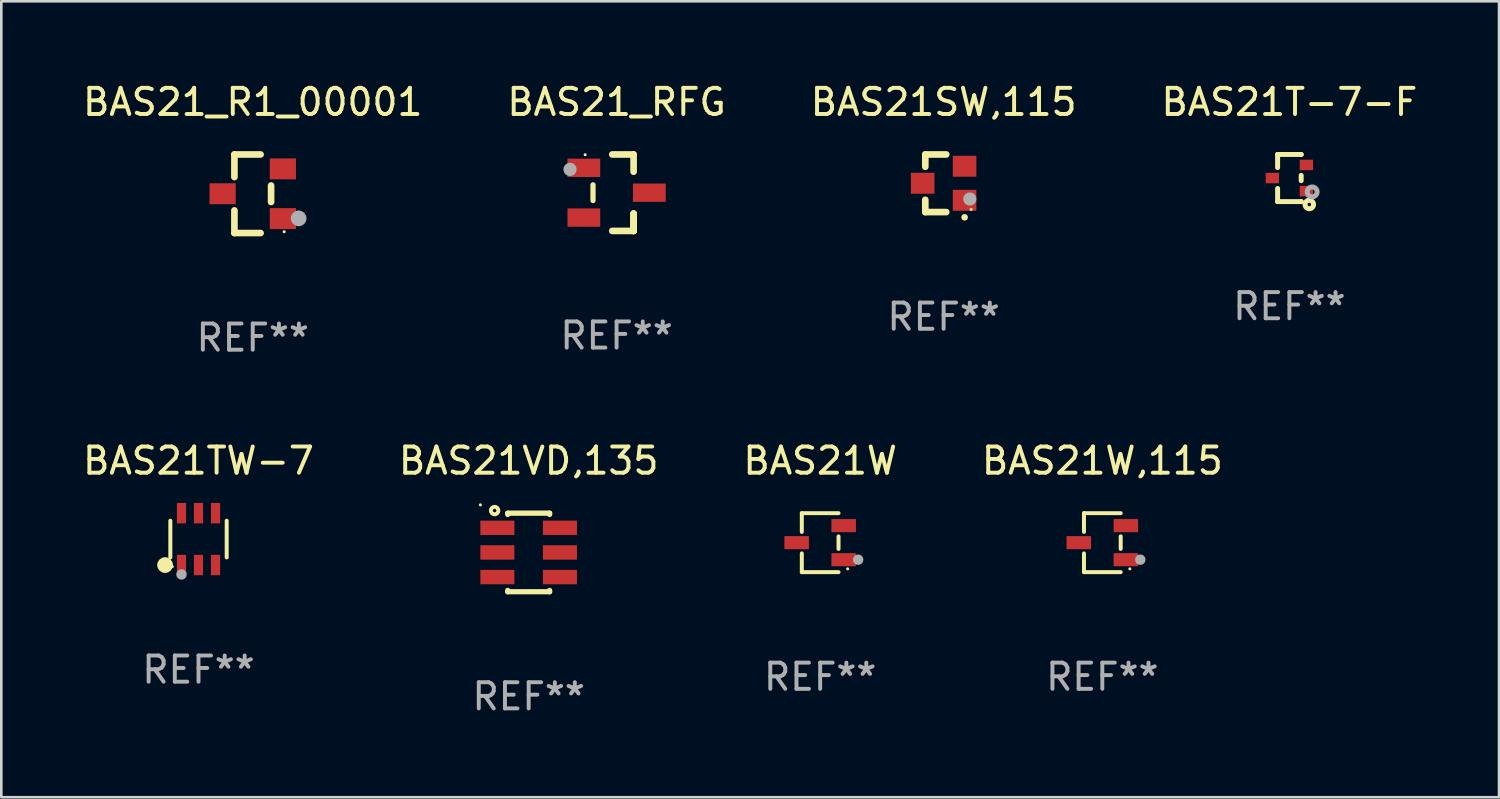
<source format=kicad_pcb>
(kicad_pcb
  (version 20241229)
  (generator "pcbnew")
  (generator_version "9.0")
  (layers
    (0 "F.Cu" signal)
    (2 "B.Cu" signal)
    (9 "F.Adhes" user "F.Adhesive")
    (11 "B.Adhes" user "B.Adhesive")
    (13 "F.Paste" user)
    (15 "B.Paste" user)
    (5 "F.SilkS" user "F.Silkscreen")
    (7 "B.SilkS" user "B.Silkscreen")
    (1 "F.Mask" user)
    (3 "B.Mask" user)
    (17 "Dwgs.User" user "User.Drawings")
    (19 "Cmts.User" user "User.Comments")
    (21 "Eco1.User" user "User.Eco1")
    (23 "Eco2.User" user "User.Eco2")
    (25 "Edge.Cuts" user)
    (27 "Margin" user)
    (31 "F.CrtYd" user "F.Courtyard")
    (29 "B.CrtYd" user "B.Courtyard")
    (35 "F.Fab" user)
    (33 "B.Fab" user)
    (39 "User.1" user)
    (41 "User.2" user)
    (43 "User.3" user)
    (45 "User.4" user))
  (footprint "BAS21SW,115"
    (layer "F.Cu")
    (at 32.982 3.948)
    (property "Reference" "BAS21SW,115" (at 0 -3.1 0) (layer "F.SilkS") (effects (font (size 1 1) (thickness 0.15))))
    (attr through_hole)
    (fp_line (start -0.7 -1.1) (end 0.1 -1.1) (stroke (width 0.254) (type solid)) (layer "F.SilkS"))
    (fp_line (start -0.7 -0.631) (end -0.7 -1.1) (stroke (width 0.254) (type solid)) (layer "F.SilkS"))
    (fp_line (start -0.7 1.1) (end -0.7 0.631) (stroke (width 0.254) (type solid)) (layer "F.SilkS"))
    (fp_line (start -0.7 1.1) (end 0.1 1.1) (stroke (width 0.254) (type solid)) (layer "F.SilkS"))
    (fp_arc (start 0.8 1.3) (mid 0.80127 1.299994) (end 0.80254 1.3) (stroke (width 0.24892) (type solid)) (layer "F.SilkS"))
    (fp_circle (center 1.05 1) (end 1.08 1) (stroke (width 0.06) (type solid)) (fill no) (layer "F.SilkS"))
    (fp_circle (center 1 0.6) (end 1.127 0.6) (stroke (width 0.254) (type solid)) (fill no) (layer "F.Fab"))
    (fp_text user "REF**" (at 0 5.1 0) (layer "F.Fab") (effects (font (size 1 1) (thickness 0.15))))
    (pad "1" smd rect (at 0.8 0.65 90) (size 0.8 0.9) (layers "F.Cu" "F.Mask" "F.Paste"))
    (pad "2" smd rect (at 0.8 -0.65 90) (size 0.8 0.9) (layers "F.Cu" "F.Mask" "F.Paste"))
    (pad "3" smd rect (at -0.8 0 90) (size 0.8 0.9) (layers "F.Cu" "F.Mask" "F.Paste")))
  (footprint "BAS21_R1_00001"
    (layer "F.Cu")
    (at 6.601 4.348)
    (property "Reference" "BAS21_R1_00001" (at 0 -3.5 0) (layer "F.SilkS") (effects (font (size 1 1) (thickness 0.15))))
    (attr through_hole)
    (fp_line (start -0.7 -1.5) (end 0.3 -1.5) (stroke (width 0.254) (type solid)) (layer "F.SilkS"))
    (fp_line (start -0.7 -0.636) (end -0.7 -1.5) (stroke (width 0.254) (type solid)) (layer "F.SilkS"))
    (fp_line (start -0.7 1.5) (end -0.7 0.636) (stroke (width 0.254) (type solid)) (layer "F.SilkS"))
    (fp_line (start -0.7 1.5) (end 0.3 1.5) (stroke (width 0.254) (type solid)) (layer "F.SilkS"))
    (fp_line (start 0.7 0.314) (end 0.7 -0.314) (stroke (width 0.254) (type solid)) (layer "F.SilkS"))
    (fp_circle (center 1.2 1.45) (end 1.23 1.45) (stroke (width 0.06) (type solid)) (fill no) (layer "F.SilkS"))
    (fp_circle (center 1.753 0.94) (end 1.903 0.94) (stroke (width 0.3) (type solid)) (fill no) (layer "F.Fab"))
    (fp_text user "REF**" (at 0 5.5 0) (layer "F.Fab") (effects (font (size 1 1) (thickness 0.15))))
    (pad "1" smd rect (at 1.15 0.95 180) (size 1 0.8) (layers "F.Cu" "F.Mask" "F.Paste"))
    (pad "2" smd rect (at 1.15 -0.95 180) (size 1 0.8) (layers "F.Cu" "F.Mask" "F.Paste"))
    (pad "3" smd rect (at -1.15 -0.000051 180) (size 1 0.8) (layers "F.Cu" "F.Mask" "F.Paste")))
  (footprint "BAS21W,115"
    (layer "F.Cu")
    (at 39.042 17.671)
    (property "Reference" "BAS21W,115" (at 0 -3.126 0) (layer "F.SilkS") (effects (font (size 1 1) (thickness 0.15))))
    (attr through_hole)
    (fp_line (start -0.701 -1.126) (end -0.701 -0.411) (stroke (width 0.152) (type solid)) (layer "F.SilkS"))
    (fp_line (start -0.701 1.126) (end -0.701 0.411) (stroke (width 0.152) (type solid)) (layer "F.SilkS"))
    (fp_line (start 0.701 -1.126) (end -0.701 -1.126) (stroke (width 0.152) (type solid)) (layer "F.SilkS"))
    (fp_line (start 0.701 -0.239) (end 0.701 0.239) (stroke (width 0.152) (type solid)) (layer "F.SilkS"))
    (fp_line (start 0.701 1.126) (end -0.701 1.126) (stroke (width 0.152) (type solid)) (layer "F.SilkS"))
    (fp_circle (center 1.05 1) (end 1.08 1) (stroke (width 0.06) (type solid)) (fill no) (layer "F.SilkS"))
    (fp_circle (center 1.45 0.65) (end 1.55 0.65) (stroke (width 0.2) (type solid)) (fill no) (layer "F.Fab"))
    (fp_text user "REF**" (at 0 5.126 0) (layer "F.Fab") (effects (font (size 1 1) (thickness 0.15))))
    (pad "1" smd rect (at 0.898 0.65) (size 0.936 0.5) (layers "F.Cu" "F.Mask" "F.Paste"))
    (pad "2" smd rect (at 0.898 -0.65) (size 0.936 0.5) (layers "F.Cu" "F.Mask" "F.Paste"))
    (pad "3" smd rect (at -0.898 0) (size 0.936 0.5) (layers "F.Cu" "F.Mask" "F.Paste")))
  (footprint "BAS21TW-7"
    (layer "F.Cu")
    (at 4.53 17.535)
    (property "Reference" "BAS21TW-7" (at 0 -2.99 0) (layer "F.SilkS") (effects (font (size 1 1) (thickness 0.15))))
    (attr through_hole)
    (fp_line (start -1.076 0.701) (end -1.076 -0.701) (stroke (width 0.152) (type solid)) (layer "F.SilkS"))
    (fp_line (start 1.076 0.701) (end 1.076 -0.701) (stroke (width 0.152) (type solid)) (layer "F.SilkS"))
    (fp_circle (center -1.277 0.992) (end -1.127 0.992) (stroke (width 0.3) (type solid)) (fill no) (layer "F.SilkS"))
    (fp_circle (center -1 1.05) (end -0.97 1.05) (stroke (width 0.06) (type solid)) (fill no) (layer "F.SilkS"))
    (fp_circle (center -0.65 1.35) (end -0.55 1.35) (stroke (width 0.2) (type solid)) (fill no) (layer "F.Fab"))
    (fp_text user "REF**" (at 0 4.99 0) (layer "F.Fab") (effects (font (size 1 1) (thickness 0.15))))
    (pad "1" smd rect (at -0.65 0.99) (size 0.35 0.78) (layers "F.Cu" "F.Mask" "F.Paste"))
    (pad "2" smd rect (at 0 0.99) (size 0.35 0.78) (layers "F.Cu" "F.Mask" "F.Paste"))
    (pad "3" smd rect (at 0.65 0.99) (size 0.35 0.78) (layers "F.Cu" "F.Mask" "F.Paste"))
    (pad "4" smd rect (at 0.65 -0.99) (size 0.35 0.78) (layers "F.Cu" "F.Mask" "F.Paste"))
    (pad "5" smd rect (at 0 -0.99) (size 0.35 0.78) (layers "F.Cu" "F.Mask" "F.Paste"))
    (pad "6" smd rect (at -0.65 -0.99) (size 0.35 0.78) (layers "F.Cu" "F.Mask" "F.Paste")))
  (footprint "BAS21_RFG"
    (layer "F.Cu")
    (at 20.494 4.308)
    (property "Reference" "BAS21_RFG" (at 0 -3.46 0) (layer "F.SilkS") (effects (font (size 1 1) (thickness 0.15))))
    (attr through_hole)
    (fp_line (start -0.9 -0.3) (end -0.9 0.3) (stroke (width 0.2) (type solid)) (layer "F.SilkS"))
    (fp_line (start -0.165 -1.46) (end 0.65 -1.46) (stroke (width 0.254) (type solid)) (layer "F.SilkS"))
    (fp_line (start 0.65 -1.46) (end 0.65 -0.8) (stroke (width 0.254) (type solid)) (layer "F.SilkS"))
    (fp_line (start 0.65 0.8) (end 0.65 1.46) (stroke (width 0.254) (type solid)) (layer "F.SilkS"))
    (fp_line (start 0.65 0.8) (end 0.65 1.46) (stroke (width 0.254) (type solid)) (layer "F.SilkS"))
    (fp_line (start 0.65 1.46) (end -0.165 1.46) (stroke (width 0.254) (type solid)) (layer "F.SilkS"))
    (fp_line (start 0.65 1.46) (end 0.65 0.8) (stroke (width 0.254) (type solid)) (layer "F.SilkS"))
    (fp_circle (center -1.2 -1.45) (end -1.17 -1.45) (stroke (width 0.06) (type solid)) (fill no) (layer "F.SilkS"))
    (fp_circle (center -1.778 -0.889) (end -1.651 -0.889) (stroke (width 0.254) (type solid)) (fill no) (layer "F.Fab"))
    (fp_text user "REF**" (at 0 5.46 0) (layer "F.Fab") (effects (font (size 1 1) (thickness 0.15))))
    (pad "1" smd rect (at -1.25 -0.95 90) (size 0.7 1.25) (layers "F.Cu" "F.Mask" "F.Paste"))
    (pad "2" smd rect (at -1.25 0.95 90) (size 0.7 1.25) (layers "F.Cu" "F.Mask" "F.Paste"))
    (pad "3" smd rect (at 1.25 -0.000051 90) (size 0.7 1.25) (layers "F.Cu" "F.Mask" "F.Paste")))
  (footprint "BAS21VD,135"
    (layer "F.Cu")
    (at 17.137 18.045)
    (property "Reference" "BAS21VD,135" (at 0 -3.5 0) (layer "F.SilkS") (effects (font (size 1 1) (thickness 0.15))))
    (attr through_hole)
    (fp_line (start -0.8 -1.5) (end 0.8 -1.5) (stroke (width 0.2) (type solid)) (layer "F.SilkS"))
    (fp_line (start -0.8 -1.45) (end -0.8 -1.5) (stroke (width 0.2) (type solid)) (layer "F.SilkS"))
    (fp_line (start -0.8 1.5) (end -0.8 1.45) (stroke (width 0.2) (type solid)) (layer "F.SilkS"))
    (fp_line (start 0.8 -1.5) (end 0.8 -1.45) (stroke (width 0.2) (type solid)) (layer "F.SilkS"))
    (fp_line (start 0.8 1.45) (end 0.8 1.5) (stroke (width 0.2) (type solid)) (layer "F.SilkS"))
    (fp_line (start 0.8 1.5) (end -0.8 1.5) (stroke (width 0.2) (type solid)) (layer "F.SilkS"))
    (fp_circle (center -1.844 -1.817) (end -1.814 -1.817) (stroke (width 0.06) (type solid)) (fill no) (layer "F.SilkS"))
    (fp_circle (center -1.3 -1.6) (end -1.158 -1.6) (stroke (width 0.15) (type solid)) (fill no) (layer "F.SilkS"))
    (fp_text user "REF**" (at 0 5.5 0) (layer "F.Fab") (effects (font (size 1 1) (thickness 0.15))))
    (pad "1" smd rect (at -1.194 -0.94) (size 1.3 0.55) (layers "F.Cu" "F.Mask" "F.Paste"))
    (pad "2" smd rect (at -1.194 0) (size 1.3 0.55) (layers "F.Cu" "F.Mask" "F.Paste"))
    (pad "3" smd rect (at -1.194 0.94) (size 1.3 0.55) (layers "F.Cu" "F.Mask" "F.Paste"))
    (pad "4" smd rect (at 1.194 0.94) (size 1.3 0.55) (layers "F.Cu" "F.Mask" "F.Paste"))
    (pad "5" smd rect (at 1.194 0) (size 1.3 0.55) (layers "F.Cu" "F.Mask" "F.Paste"))
    (pad "6" smd rect (at 1.194 -0.94) (size 1.3 0.55) (layers "F.Cu" "F.Mask" "F.Paste")))
  (footprint "BAS21T-7-F"
    (layer "F.Cu")
    (at 46.185 3.748)
    (property "Reference" "BAS21T-7-F" (at 0 -2.9 0) (layer "F.SilkS") (effects (font (size 1 1) (thickness 0.15))))
    (attr through_hole)
    (fp_line (start -0.45 -0.9) (end 0.45 -0.9) (stroke (width 0.19) (type solid)) (layer "F.SilkS"))
    (fp_line (start -0.45 -0.399) (end -0.45 -0.9) (stroke (width 0.19) (type solid)) (layer "F.SilkS"))
    (fp_line (start -0.45 0.9) (end -0.45 0.399) (stroke (width 0.19) (type solid)) (layer "F.SilkS"))
    (fp_line (start -0.45 0.9) (end 0.45 0.9) (stroke (width 0.19) (type solid)) (layer "F.SilkS"))
    (fp_line (start 0.45 -0.899) (end 0.45 -0.9) (stroke (width 0.19) (type solid)) (layer "F.SilkS"))
    (fp_line (start 0.45 0.101) (end 0.45 -0.101) (stroke (width 0.19) (type solid)) (layer "F.SilkS"))
    (fp_line (start 0.45 0.9) (end 0.45 0.899) (stroke (width 0.19) (type solid)) (layer "F.SilkS"))
    (fp_circle (center 0.76 1.01) (end 0.827 1.01) (stroke (width 0.19) (type solid)) (fill no) (layer "F.SilkS"))
    (fp_circle (center 0.8 0.8) (end 0.81 0.8) (stroke (width 0.02) (type solid)) (fill no) (layer "F.SilkS"))
    (fp_circle (center 0.87 0.53) (end 0.964 0.53) (stroke (width 0.19) (type solid)) (fill no) (layer "F.Fab"))
    (fp_text user "REF**" (at 0 4.9 0) (layer "F.Fab") (effects (font (size 1 1) (thickness 0.15))))
    (pad "1" smd rect (at 0.65 0.5 90) (size 0.4 0.51) (layers "F.Cu" "F.Mask" "F.Paste"))
    (pad "2" smd rect (at 0.65 -0.5 90) (size 0.4 0.51) (layers "F.Cu" "F.Mask" "F.Paste"))
    (pad "3" smd rect (at -0.65 0.000127 90) (size 0.4 0.51) (layers "F.Cu" "F.Mask" "F.Paste")))
  (footprint "BAS21W"
    (layer "F.Cu")
    (at 28.268 17.671)
    (property "Reference" "BAS21W" (at 0 -3.126 0) (layer "F.SilkS") (effects (font (size 1 1) (thickness 0.15))))
    (attr through_hole)
    (fp_line (start -0.701 -1.126) (end -0.701 -0.411) (stroke (width 0.152) (type solid)) (layer "F.SilkS"))
    (fp_line (start -0.701 1.126) (end -0.701 0.411) (stroke (width 0.152) (type solid)) (layer "F.SilkS"))
    (fp_line (start 0.701 -1.126) (end -0.701 -1.126) (stroke (width 0.152) (type solid)) (layer "F.SilkS"))
    (fp_line (start 0.701 -0.239) (end 0.701 0.239) (stroke (width 0.152) (type solid)) (layer "F.SilkS"))
    (fp_line (start 0.701 1.126) (end -0.701 1.126) (stroke (width 0.152) (type solid)) (layer "F.SilkS"))
    (fp_circle (center 1.05 1) (end 1.08 1) (stroke (width 0.06) (type solid)) (fill no) (layer "F.SilkS"))
    (fp_circle (center 1.45 0.65) (end 1.55 0.65) (stroke (width 0.2) (type solid)) (fill no) (layer "F.Fab"))
    (fp_text user "REF**" (at 0 5.126 0) (layer "F.Fab") (effects (font (size 1 1) (thickness 0.15))))
    (pad "1" smd rect (at 0.898 0.65) (size 0.936 0.5) (layers "F.Cu" "F.Mask" "F.Paste"))
    (pad "2" smd rect (at 0.898 -0.65) (size 0.936 0.5) (layers "F.Cu" "F.Mask" "F.Paste"))
    (pad "3" smd rect (at -0.898 0) (size 0.936 0.5) (layers "F.Cu" "F.Mask" "F.Paste")))
  (gr_rect
    (start -3 -3)
    (end 54.19 27.393)
    (stroke (width 0.1) (type default))
    (fill no)
    (layer "Edge.Cuts")))
</source>
